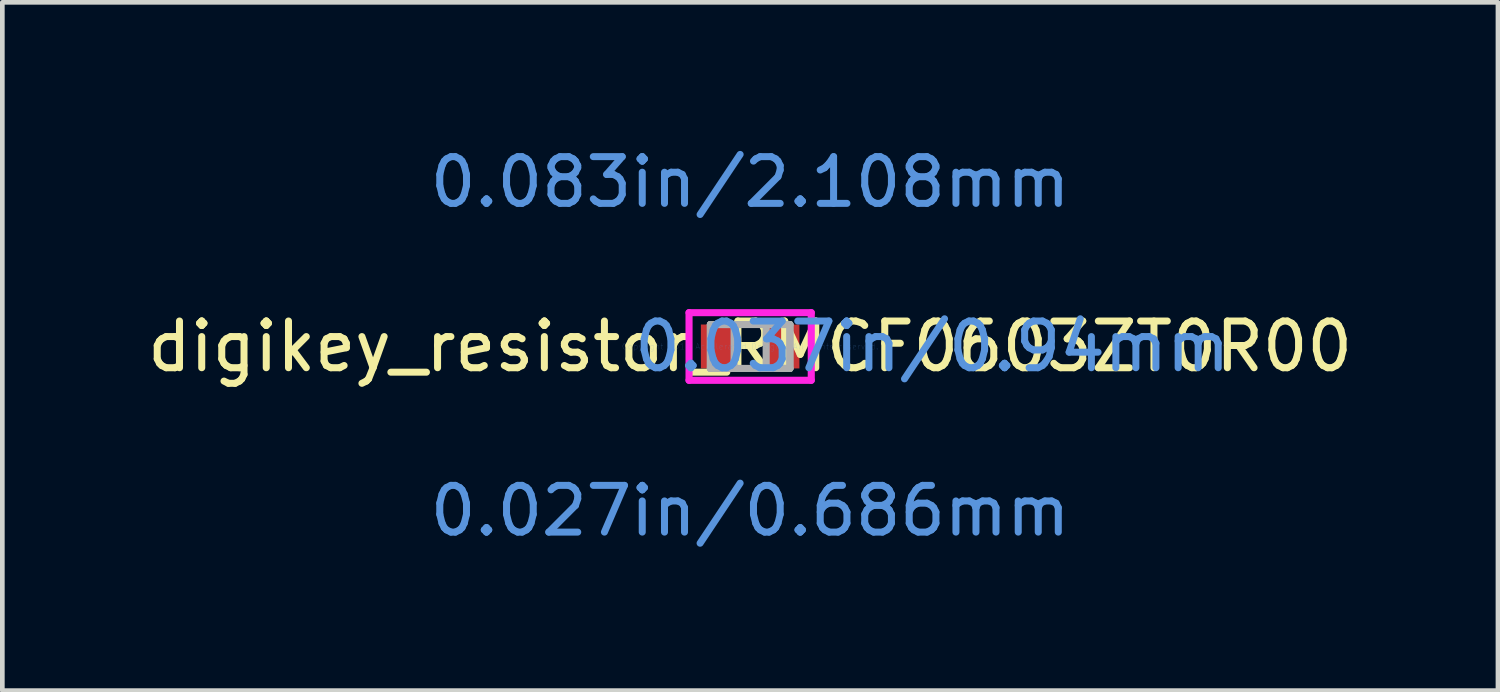
<source format=kicad_pcb>
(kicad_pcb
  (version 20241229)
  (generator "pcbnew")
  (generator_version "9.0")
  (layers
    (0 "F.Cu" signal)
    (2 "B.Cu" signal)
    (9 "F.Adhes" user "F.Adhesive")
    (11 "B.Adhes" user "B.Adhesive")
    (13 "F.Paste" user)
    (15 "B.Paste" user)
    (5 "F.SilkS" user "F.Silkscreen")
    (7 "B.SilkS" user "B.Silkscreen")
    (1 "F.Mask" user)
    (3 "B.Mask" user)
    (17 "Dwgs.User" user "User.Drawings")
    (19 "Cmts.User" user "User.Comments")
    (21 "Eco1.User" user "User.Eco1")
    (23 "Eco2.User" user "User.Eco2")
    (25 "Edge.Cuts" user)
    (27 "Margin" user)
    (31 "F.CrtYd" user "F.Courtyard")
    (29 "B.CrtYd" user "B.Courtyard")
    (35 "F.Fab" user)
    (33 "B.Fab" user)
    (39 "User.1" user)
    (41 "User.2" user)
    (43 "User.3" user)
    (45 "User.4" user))
  (footprint "digikey_resistor_RMCF0603ZT0R00"
    (layer "F.Cu")
    (at 13.006 4.366)
    (property "Reference" "digikey_resistor_RMCF0603ZT0R00" (at 0 0 0) (layer "F.SilkS") (effects (font (size 1 1) (thickness 0.15))))
    (attr through_hole)
    (fp_line (start -1.308 -0.724) (end 1.308 -0.724) (stroke (width 0.152) (type solid)) (layer "F.CrtYd"))
    (fp_line (start -1.308 0.724) (end -1.308 -0.724) (stroke (width 0.152) (type solid)) (layer "F.CrtYd"))
    (fp_line (start 1.308 -0.724) (end 1.308 0.724) (stroke (width 0.152) (type solid)) (layer "F.CrtYd"))
    (fp_line (start 1.308 0.724) (end -1.308 0.724) (stroke (width 0.152) (type solid)) (layer "F.CrtYd"))
    (fp_line (start -0.851 -0.47) (end -0.851 0.47) (stroke (width 0.152) (type solid)) (layer "F.Fab"))
    (fp_line (start -0.851 -0.47) (end -0.851 0.47) (stroke (width 0.152) (type solid)) (layer "F.Fab"))
    (fp_line (start -0.851 0.47) (end -0.343 0.47) (stroke (width 0.152) (type solid)) (layer "F.Fab"))
    (fp_line (start -0.851 0.47) (end 0.851 0.47) (stroke (width 0.152) (type solid)) (layer "F.Fab"))
    (fp_line (start -0.343 -0.47) (end -0.851 -0.47) (stroke (width 0.152) (type solid)) (layer "F.Fab"))
    (fp_line (start -0.343 0.47) (end -0.343 -0.47) (stroke (width 0.152) (type solid)) (layer "F.Fab"))
    (fp_line (start 0.343 -0.47) (end 0.343 0.47) (stroke (width 0.152) (type solid)) (layer "F.Fab"))
    (fp_line (start 0.343 0.47) (end 0.851 0.47) (stroke (width 0.152) (type solid)) (layer "F.Fab"))
    (fp_line (start 0.851 -0.47) (end -0.851 -0.47) (stroke (width 0.152) (type solid)) (layer "F.Fab"))
    (fp_line (start 0.851 -0.47) (end 0.343 -0.47) (stroke (width 0.152) (type solid)) (layer "F.Fab"))
    (fp_line (start 0.851 0.47) (end 0.851 -0.47) (stroke (width 0.152) (type solid)) (layer "F.Fab"))
    (fp_line (start 0.851 0.47) (end 0.851 -0.47) (stroke (width 0.152) (type solid)) (layer "F.Fab"))
    (fp_text user "0.037in/0.94mm" (at 3.899 0 0) (layer "Cmts.User") (effects (font (size 1 1) (thickness 0.15))))
    (fp_text user "0.083in/2.108mm" (at 0 -3.518 0) (layer "Cmts.User") (effects (font (size 1 1) (thickness 0.15))))
    (fp_text user "Copyright 2016 Accelerated Designs. All rights reserved." (at 0 0 0) (layer "Cmts.User") (effects (font (size 0.127 0.127) (thickness 0.002))))
    (fp_text user "0.027in/0.686mm" (at 0 3.518 0) (layer "Cmts.User") (effects (font (size 1 1) (thickness 0.15))))
    (pad "1" smd rect (at -0.699 0) (size 0.711 0.94) (layers "F.Cu" "F.Mask" "F.Paste"))
    (pad "2" smd rect (at 0.699 0) (size 0.711 0.94) (layers "F.Cu" "F.Mask" "F.Paste")))
  (gr_rect
    (start -3 -3)
    (end 29.012 11.732)
    (stroke (width 0.1) (type default))
    (fill no)
    (layer "Edge.Cuts")))
</source>
